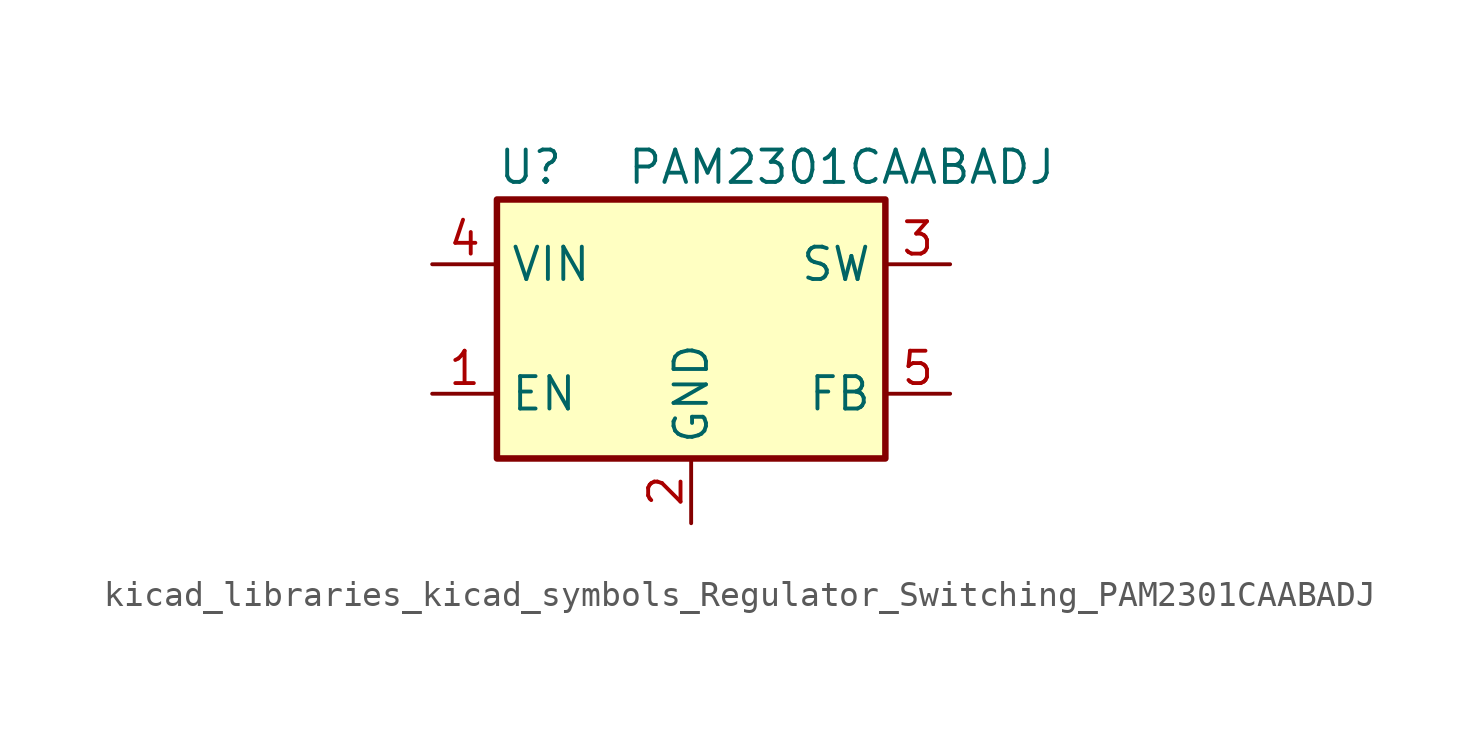
<source format=kicad_sym>
(kicad_symbol_lib
  (version 20220914)
  (generator kicad_symbol_editor)
  (symbol "kicad_libraries_kicad_symbols_Regulator_Switching_PAM2301CAABADJ"
    (property "Reference" "U"
      (at -7.62 6.35 0)
      (effects (font (size 1.27 1.27)) (justify left)))
    (property "Value" "PAM2301CAABADJ"
      (at -2.54 6.35 0)
      (effects (font (size 1.27 1.27)) (justify left)))
    (symbol "kicad_libraries_kicad_symbols_Regulator_Switching_PAM2301CAABADJ_0_1"
      (rectangle (start -7.62 5.08) (end 7.62 -5.08) (stroke (width 0.254) (type default)) (fill (type background))))
    (symbol "kicad_libraries_kicad_symbols_Regulator_Switching_PAM2301CAABADJ_1_1"
      (pin input line (at -10.16 -2.54 0) (length 2.54) (name "EN" (effects (font (size 1.27 1.27)))) (number "1" (effects (font (size 1.27 1.27)))))
      (pin power_in line (at 0 -7.62 90) (length 2.54) (name "GND" (effects (font (size 1.27 1.27)))) (number "2" (effects (font (size 1.27 1.27)))))
      (pin power_out line (at 10.16 2.54 180) (length 2.54) (name "SW" (effects (font (size 1.27 1.27)))) (number "3" (effects (font (size 1.27 1.27)))))
      (pin power_in line (at -10.16 2.54 0) (length 2.54) (name "VIN" (effects (font (size 1.27 1.27)))) (number "4" (effects (font (size 1.27 1.27)))))
      (pin input line (at 10.16 -2.54 180) (length 2.54) (name "FB" (effects (font (size 1.27 1.27)))) (number "5" (effects (font (size 1.27 1.27))))))))
</source>
